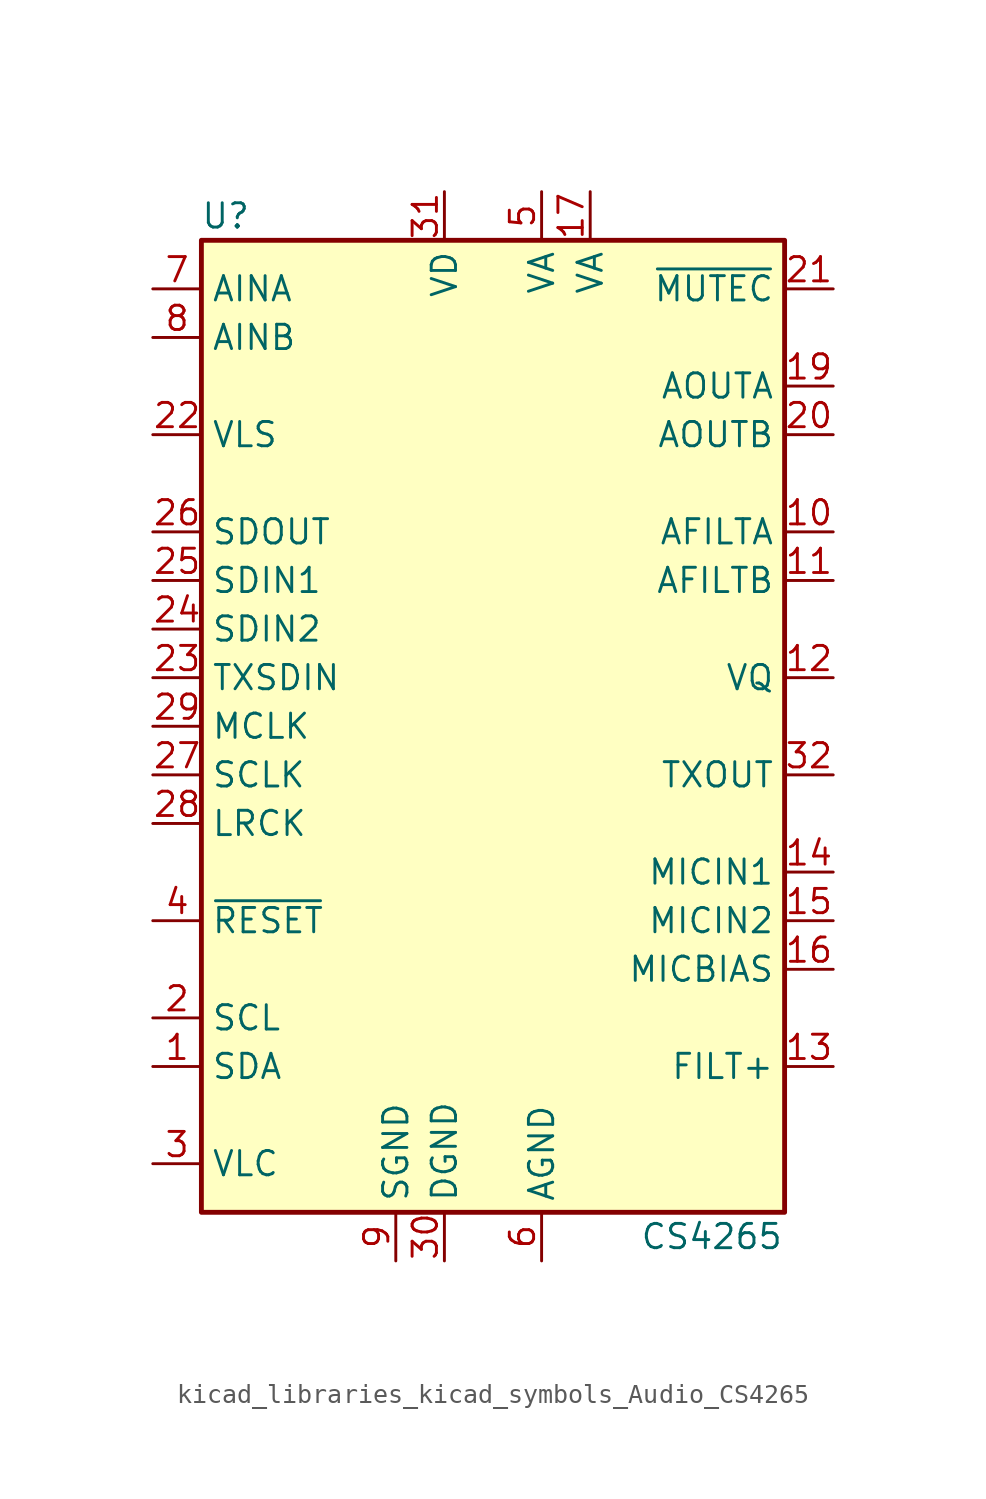
<source format=kicad_sym>
(kicad_symbol_lib
  (version 20220914)
  (generator kicad_symbol_editor)
  (symbol "kicad_libraries_kicad_symbols_Audio_CS4265"
    (property "Reference" "U"
      (at -13.97 26.67 0)
      (effects (font (size 1.27 1.27))))
    (property "Value" "CS4265"
      (at 11.43 -26.67 0)
      (effects (font (size 1.27 1.27))))
    (symbol "kicad_libraries_kicad_symbols_Audio_CS4265_0_1"
      (rectangle (start -15.24 25.4) (end 15.24 -25.4) (stroke (width 0.254) (type default)) (fill (type background))))
    (symbol "kicad_libraries_kicad_symbols_Audio_CS4265_1_1"
      (pin bidirectional line (at -17.78 -17.78 0) (length 2.54) (name "SDA" (effects (font (size 1.27 1.27)))) (number "1" (effects (font (size 1.27 1.27)))))
      (pin output line (at 17.78 10.16 180) (length 2.54) (name "AFILTA" (effects (font (size 1.27 1.27)))) (number "10" (effects (font (size 1.27 1.27)))))
      (pin output line (at 17.78 7.62 180) (length 2.54) (name "AFILTB" (effects (font (size 1.27 1.27)))) (number "11" (effects (font (size 1.27 1.27)))))
      (pin output line (at 17.78 2.54 180) (length 2.54) (name "VQ" (effects (font (size 1.27 1.27)))) (number "12" (effects (font (size 1.27 1.27)))))
      (pin output line (at 17.78 -17.78 180) (length 2.54) (name "FILT+" (effects (font (size 1.27 1.27)))) (number "13" (effects (font (size 1.27 1.27)))))
      (pin input line (at 17.78 -7.62 180) (length 2.54) (name "MICIN1" (effects (font (size 1.27 1.27)))) (number "14" (effects (font (size 1.27 1.27)))))
      (pin input line (at 17.78 -10.16 180) (length 2.54) (name "MICIN2" (effects (font (size 1.27 1.27)))) (number "15" (effects (font (size 1.27 1.27)))))
      (pin output line (at 17.78 -12.7 180) (length 2.54) (name "MICBIAS" (effects (font (size 1.27 1.27)))) (number "16" (effects (font (size 1.27 1.27)))))
      (pin power_in line (at 5.08 27.94 270) (length 2.54) (name "VA" (effects (font (size 1.27 1.27)))) (number "17" (effects (font (size 1.27 1.27)))))
      (pin passive line (at 2.54 -27.94 90) (length 2.54) hide (name "AGND" (effects (font (size 1.27 1.27)))) (number "18" (effects (font (size 1.27 1.27)))))
      (pin output line (at 17.78 17.78 180) (length 2.54) (name "AOUTA" (effects (font (size 1.27 1.27)))) (number "19" (effects (font (size 1.27 1.27)))))
      (pin input line (at -17.78 -15.24 0) (length 2.54) (name "SCL" (effects (font (size 1.27 1.27)))) (number "2" (effects (font (size 1.27 1.27)))))
      (pin output line (at 17.78 15.24 180) (length 2.54) (name "AOUTB" (effects (font (size 1.27 1.27)))) (number "20" (effects (font (size 1.27 1.27)))))
      (pin output line (at 17.78 22.86 180) (length 2.54) (name "~{MUTEC}" (effects (font (size 1.27 1.27)))) (number "21" (effects (font (size 1.27 1.27)))))
      (pin input line (at -17.78 15.24 0) (length 2.54) (name "VLS" (effects (font (size 1.27 1.27)))) (number "22" (effects (font (size 1.27 1.27)))))
      (pin input line (at -17.78 2.54 0) (length 2.54) (name "TXSDIN" (effects (font (size 1.27 1.27)))) (number "23" (effects (font (size 1.27 1.27)))))
      (pin input line (at -17.78 5.08 0) (length 2.54) (name "SDIN2" (effects (font (size 1.27 1.27)))) (number "24" (effects (font (size 1.27 1.27)))))
      (pin input line (at -17.78 7.62 0) (length 2.54) (name "SDIN1" (effects (font (size 1.27 1.27)))) (number "25" (effects (font (size 1.27 1.27)))))
      (pin output line (at -17.78 10.16 0) (length 2.54) (name "SDOUT" (effects (font (size 1.27 1.27)))) (number "26" (effects (font (size 1.27 1.27)))))
      (pin bidirectional line (at -17.78 -2.54 0) (length 2.54) (name "SCLK" (effects (font (size 1.27 1.27)))) (number "27" (effects (font (size 1.27 1.27)))))
      (pin bidirectional line (at -17.78 -5.08 0) (length 2.54) (name "LRCK" (effects (font (size 1.27 1.27)))) (number "28" (effects (font (size 1.27 1.27)))))
      (pin input line (at -17.78 0 0) (length 2.54) (name "MCLK" (effects (font (size 1.27 1.27)))) (number "29" (effects (font (size 1.27 1.27)))))
      (pin input line (at -17.78 -22.86 0) (length 2.54) (name "VLC" (effects (font (size 1.27 1.27)))) (number "3" (effects (font (size 1.27 1.27)))))
      (pin power_in line (at -2.54 -27.94 90) (length 2.54) (name "DGND" (effects (font (size 1.27 1.27)))) (number "30" (effects (font (size 1.27 1.27)))))
      (pin power_in line (at -2.54 27.94 270) (length 2.54) (name "VD" (effects (font (size 1.27 1.27)))) (number "31" (effects (font (size 1.27 1.27)))))
      (pin output line (at 17.78 -2.54 180) (length 2.54) (name "TXOUT" (effects (font (size 1.27 1.27)))) (number "32" (effects (font (size 1.27 1.27)))))
      (pin passive line (at 2.54 -27.94 90) (length 2.54) hide (name "AGND" (effects (font (size 1.27 1.27)))) (number "33" (effects (font (size 1.27 1.27)))))
      (pin input line (at -17.78 -10.16 0) (length 2.54) (name "~{RESET}" (effects (font (size 1.27 1.27)))) (number "4" (effects (font (size 1.27 1.27)))))
      (pin power_in line (at 2.54 27.94 270) (length 2.54) (name "VA" (effects (font (size 1.27 1.27)))) (number "5" (effects (font (size 1.27 1.27)))))
      (pin power_in line (at 2.54 -27.94 90) (length 2.54) (name "AGND" (effects (font (size 1.27 1.27)))) (number "6" (effects (font (size 1.27 1.27)))))
      (pin input line (at -17.78 22.86 0) (length 2.54) (name "AINA" (effects (font (size 1.27 1.27)))) (number "7" (effects (font (size 1.27 1.27)))))
      (pin input line (at -17.78 20.32 0) (length 2.54) (name "AINB" (effects (font (size 1.27 1.27)))) (number "8" (effects (font (size 1.27 1.27)))))
      (pin power_in line (at -5.08 -27.94 90) (length 2.54) (name "SGND" (effects (font (size 1.27 1.27)))) (number "9" (effects (font (size 1.27 1.27))))))))
</source>
